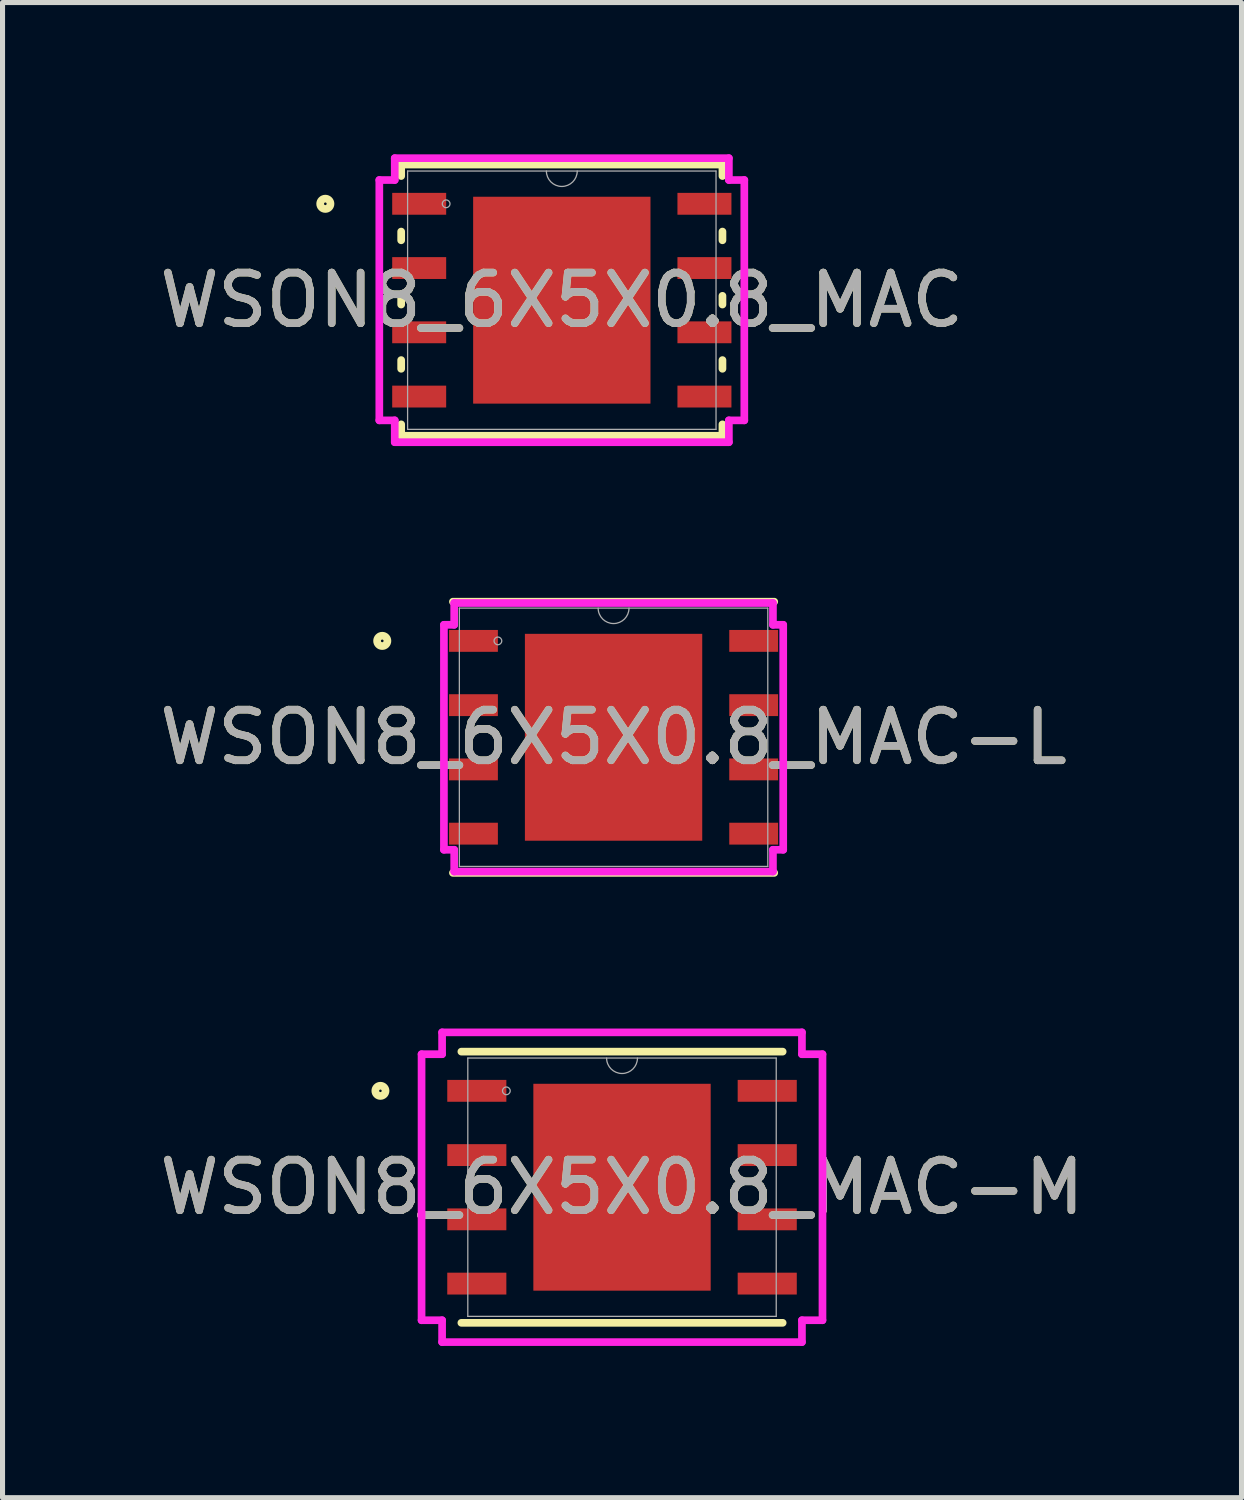
<source format=kicad_pcb>
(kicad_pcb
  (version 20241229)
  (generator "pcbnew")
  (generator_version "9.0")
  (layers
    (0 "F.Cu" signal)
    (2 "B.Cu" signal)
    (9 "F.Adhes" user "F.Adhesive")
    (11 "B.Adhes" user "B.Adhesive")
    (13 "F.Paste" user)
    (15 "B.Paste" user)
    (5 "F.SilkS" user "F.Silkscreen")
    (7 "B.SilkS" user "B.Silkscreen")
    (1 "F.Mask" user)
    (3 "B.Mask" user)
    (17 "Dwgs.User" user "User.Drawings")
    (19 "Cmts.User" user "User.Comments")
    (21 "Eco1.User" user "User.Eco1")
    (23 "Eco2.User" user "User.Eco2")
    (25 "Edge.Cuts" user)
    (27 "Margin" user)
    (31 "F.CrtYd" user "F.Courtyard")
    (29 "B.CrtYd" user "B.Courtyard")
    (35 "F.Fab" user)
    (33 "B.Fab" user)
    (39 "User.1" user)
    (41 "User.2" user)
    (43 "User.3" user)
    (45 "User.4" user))
  (footprint "WSON8_6X5X0.8_MAC"
    (layer "F.Cu")
    (at 8.054 2.883)
    (property "Reference" "WSON8_6X5X0.8_MAC" (at 0 0 0) (unlocked yes) (layer "F.SilkS") (effects (font (size 1 1) (thickness 0.15))))
    (attr smd)
    (fp_line (start -3.175 -2.68) (end -3.175 -2.454) (stroke (width 0.152) (type solid)) (layer "F.SilkS"))
    (fp_line (start -3.175 -1.356) (end -3.175 -1.184) (stroke (width 0.152) (type solid)) (layer "F.SilkS"))
    (fp_line (start -3.175 -0.086) (end -3.175 0.086) (stroke (width 0.152) (type solid)) (layer "F.SilkS"))
    (fp_line (start -3.175 1.184) (end -3.175 1.356) (stroke (width 0.152) (type solid)) (layer "F.SilkS"))
    (fp_line (start -3.175 2.454) (end -3.175 2.68) (stroke (width 0.152) (type solid)) (layer "F.SilkS"))
    (fp_line (start -3.175 2.68) (end 3.175 2.68) (stroke (width 0.152) (type solid)) (layer "F.SilkS"))
    (fp_line (start 3.175 -2.68) (end -3.175 -2.68) (stroke (width 0.152) (type solid)) (layer "F.SilkS"))
    (fp_line (start 3.175 -2.454) (end 3.175 -2.68) (stroke (width 0.152) (type solid)) (layer "F.SilkS"))
    (fp_line (start 3.175 -1.184) (end 3.175 -1.356) (stroke (width 0.152) (type solid)) (layer "F.SilkS"))
    (fp_line (start 3.175 0.086) (end 3.175 -0.086) (stroke (width 0.152) (type solid)) (layer "F.SilkS"))
    (fp_line (start 3.175 1.356) (end 3.175 1.184) (stroke (width 0.152) (type solid)) (layer "F.SilkS"))
    (fp_line (start 3.175 2.68) (end 3.175 2.454) (stroke (width 0.152) (type solid)) (layer "F.SilkS"))
    (fp_circle (center -4.674 -1.905) (end -4.572 -1.905) (stroke (width 0.152) (type solid)) (fill no) (layer "F.SilkS"))
    (fp_poly (pts (xy -1.653 -1.945) (xy -1.653 -0.782) (xy -0.1 -0.782) (xy -0.1 -1.945)) (stroke (width 0) (type solid)) (fill yes) (layer "F.Paste"))
    (fp_poly (pts (xy -1.653 -0.582) (xy -1.653 0.582) (xy -0.1 0.582) (xy -0.1 -0.582)) (stroke (width 0) (type solid)) (fill yes) (layer "F.Paste"))
    (fp_poly (pts (xy -1.653 0.782) (xy -1.653 1.945) (xy -0.1 1.945) (xy -0.1 0.782)) (stroke (width 0) (type solid)) (fill yes) (layer "F.Paste"))
    (fp_poly (pts (xy 0.1 -1.945) (xy 0.1 -0.782) (xy 1.653 -0.782) (xy 1.653 -1.945)) (stroke (width 0) (type solid)) (fill yes) (layer "F.Paste"))
    (fp_poly (pts (xy 0.1 -0.582) (xy 0.1 0.582) (xy 1.653 0.582) (xy 1.653 -0.582)) (stroke (width 0) (type solid)) (fill yes) (layer "F.Paste"))
    (fp_poly (pts (xy 0.1 0.782) (xy 0.1 1.945) (xy 1.653 1.945) (xy 1.653 0.782)) (stroke (width 0) (type solid)) (fill yes) (layer "F.Paste"))
    (fp_line (start -3.607 -2.375) (end -3.302 -2.375) (stroke (width 0.152) (type solid)) (layer "F.CrtYd"))
    (fp_line (start -3.607 2.375) (end -3.607 -2.375) (stroke (width 0.152) (type solid)) (layer "F.CrtYd"))
    (fp_line (start -3.607 2.375) (end -3.302 2.375) (stroke (width 0.152) (type solid)) (layer "F.CrtYd"))
    (fp_line (start -3.302 -2.807) (end 3.302 -2.807) (stroke (width 0.152) (type solid)) (layer "F.CrtYd"))
    (fp_line (start -3.302 -2.375) (end -3.302 -2.807) (stroke (width 0.152) (type solid)) (layer "F.CrtYd"))
    (fp_line (start -3.302 2.807) (end -3.302 2.375) (stroke (width 0.152) (type solid)) (layer "F.CrtYd"))
    (fp_line (start 3.302 -2.807) (end 3.302 -2.375) (stroke (width 0.152) (type solid)) (layer "F.CrtYd"))
    (fp_line (start 3.302 2.375) (end 3.302 2.807) (stroke (width 0.152) (type solid)) (layer "F.CrtYd"))
    (fp_line (start 3.302 2.807) (end -3.302 2.807) (stroke (width 0.152) (type solid)) (layer "F.CrtYd"))
    (fp_line (start 3.607 -2.375) (end 3.302 -2.375) (stroke (width 0.152) (type solid)) (layer "F.CrtYd"))
    (fp_line (start 3.607 -2.375) (end 3.607 2.375) (stroke (width 0.152) (type solid)) (layer "F.CrtYd"))
    (fp_line (start 3.607 2.375) (end 3.302 2.375) (stroke (width 0.152) (type solid)) (layer "F.CrtYd"))
    (fp_line (start -3.048 -2.553) (end -3.048 2.553) (stroke (width 0.025) (type solid)) (layer "F.Fab"))
    (fp_line (start -3.048 2.553) (end 3.048 2.553) (stroke (width 0.025) (type solid)) (layer "F.Fab"))
    (fp_line (start 3.048 -2.553) (end -3.048 -2.553) (stroke (width 0.025) (type solid)) (layer "F.Fab"))
    (fp_line (start 3.048 2.553) (end 3.048 -2.553) (stroke (width 0.025) (type solid)) (layer "F.Fab"))
    (fp_arc (start 0.3048 -2.5527) (mid 0 -2.2479) (end -0.3048 -2.5527) (stroke (width 0.0254) (type solid)) (layer "F.Fab"))
    (fp_circle (center -2.286 -1.905) (end -2.21 -1.905) (stroke (width 0.025) (type solid)) (fill no) (layer "F.Fab"))
    (fp_text user "${REFERENCE}" (at 0 0 0) (unlocked yes) (layer "F.Fab") (effects (font (size 1 1) (thickness 0.15))))
    (pad "1" smd rect (at -2.819 -1.905) (size 1.067 0.432) (layers "F.Cu" "F.Mask" "F.Paste"))
    (pad "2" smd rect (at -2.819 -0.635) (size 1.067 0.432) (layers "F.Cu" "F.Mask" "F.Paste"))
    (pad "3" smd rect (at -2.819 0.635) (size 1.067 0.432) (layers "F.Cu" "F.Mask" "F.Paste"))
    (pad "4" smd rect (at -2.819 1.905) (size 1.067 0.432) (layers "F.Cu" "F.Mask" "F.Paste"))
    (pad "5" smd rect (at 2.819 1.905) (size 1.067 0.432) (layers "F.Cu" "F.Mask" "F.Paste"))
    (pad "6" smd rect (at 2.819 0.635) (size 1.067 0.432) (layers "F.Cu" "F.Mask" "F.Paste"))
    (pad "7" smd rect (at 2.819 -0.635) (size 1.067 0.432) (layers "F.Cu" "F.Mask" "F.Paste"))
    (pad "8" smd rect (at 2.819 -1.905) (size 1.067 0.432) (layers "F.Cu" "F.Mask" "F.Paste"))
    (pad "9" smd rect (at 0 0) (size 3.505 4.089) (layers "F.Cu" "F.Mask" "F.Paste")))
  (footprint "WSON8_6X5X0.8_MAC-M"
    (layer "F.Cu")
    (at 9.244 20.415)
    (property "Reference" "WSON8_6X5X0.8_MAC-M" (at 0 0 0) (unlocked yes) (layer "F.SilkS") (effects (font (size 1 1) (thickness 0.15))))
    (attr smd)
    (fp_line (start -3.175 2.68) (end 3.175 2.68) (stroke (width 0.152) (type solid)) (layer "F.SilkS"))
    (fp_line (start 3.175 -2.68) (end -3.175 -2.68) (stroke (width 0.152) (type solid)) (layer "F.SilkS"))
    (fp_circle (center -4.775 -1.905) (end -4.674 -1.905) (stroke (width 0.152) (type solid)) (fill no) (layer "F.SilkS"))
    (fp_poly (pts (xy -1.653 -1.945) (xy -1.653 -0.782) (xy -0.1 -0.782) (xy -0.1 -1.945)) (stroke (width 0) (type solid)) (fill yes) (layer "F.Paste"))
    (fp_poly (pts (xy -1.653 -0.582) (xy -1.653 0.582) (xy -0.1 0.582) (xy -0.1 -0.582)) (stroke (width 0) (type solid)) (fill yes) (layer "F.Paste"))
    (fp_poly (pts (xy -1.653 0.782) (xy -1.653 1.945) (xy -0.1 1.945) (xy -0.1 0.782)) (stroke (width 0) (type solid)) (fill yes) (layer "F.Paste"))
    (fp_poly (pts (xy 0.1 -1.945) (xy 0.1 -0.782) (xy 1.653 -0.782) (xy 1.653 -1.945)) (stroke (width 0) (type solid)) (fill yes) (layer "F.Paste"))
    (fp_poly (pts (xy 0.1 -0.582) (xy 0.1 0.582) (xy 1.653 0.582) (xy 1.653 -0.582)) (stroke (width 0) (type solid)) (fill yes) (layer "F.Paste"))
    (fp_poly (pts (xy 0.1 0.782) (xy 0.1 1.945) (xy 1.653 1.945) (xy 1.653 0.782)) (stroke (width 0) (type solid)) (fill yes) (layer "F.Paste"))
    (fp_line (start -3.962 -2.629) (end -3.556 -2.629) (stroke (width 0.152) (type solid)) (layer "F.CrtYd"))
    (fp_line (start -3.962 2.629) (end -3.962 -2.629) (stroke (width 0.152) (type solid)) (layer "F.CrtYd"))
    (fp_line (start -3.962 2.629) (end -3.556 2.629) (stroke (width 0.152) (type solid)) (layer "F.CrtYd"))
    (fp_line (start -3.556 -3.061) (end 3.556 -3.061) (stroke (width 0.152) (type solid)) (layer "F.CrtYd"))
    (fp_line (start -3.556 -2.629) (end -3.556 -3.061) (stroke (width 0.152) (type solid)) (layer "F.CrtYd"))
    (fp_line (start -3.556 3.061) (end -3.556 2.629) (stroke (width 0.152) (type solid)) (layer "F.CrtYd"))
    (fp_line (start 3.556 -3.061) (end 3.556 -2.629) (stroke (width 0.152) (type solid)) (layer "F.CrtYd"))
    (fp_line (start 3.556 2.629) (end 3.556 3.061) (stroke (width 0.152) (type solid)) (layer "F.CrtYd"))
    (fp_line (start 3.556 3.061) (end -3.556 3.061) (stroke (width 0.152) (type solid)) (layer "F.CrtYd"))
    (fp_line (start 3.962 -2.629) (end 3.556 -2.629) (stroke (width 0.152) (type solid)) (layer "F.CrtYd"))
    (fp_line (start 3.962 -2.629) (end 3.962 2.629) (stroke (width 0.152) (type solid)) (layer "F.CrtYd"))
    (fp_line (start 3.962 2.629) (end 3.556 2.629) (stroke (width 0.152) (type solid)) (layer "F.CrtYd"))
    (fp_line (start -3.048 -2.553) (end -3.048 2.553) (stroke (width 0.025) (type solid)) (layer "F.Fab"))
    (fp_line (start -3.048 2.553) (end 3.048 2.553) (stroke (width 0.025) (type solid)) (layer "F.Fab"))
    (fp_line (start 3.048 -2.553) (end -3.048 -2.553) (stroke (width 0.025) (type solid)) (layer "F.Fab"))
    (fp_line (start 3.048 2.553) (end 3.048 -2.553) (stroke (width 0.025) (type solid)) (layer "F.Fab"))
    (fp_arc (start 0.3048 -2.5527) (mid 0 -2.2479) (end -0.3048 -2.5527) (stroke (width 0.0254) (type solid)) (layer "F.Fab"))
    (fp_circle (center -2.286 -1.905) (end -2.21 -1.905) (stroke (width 0.025) (type solid)) (fill no) (layer "F.Fab"))
    (fp_text user "${REFERENCE}" (at 0 0 0) (unlocked yes) (layer "F.Fab") (effects (font (size 1 1) (thickness 0.15))))
    (pad "1" smd rect (at -2.87 -1.905) (size 1.168 0.432) (layers "F.Cu" "F.Mask" "F.Paste"))
    (pad "2" smd rect (at -2.87 -0.635) (size 1.168 0.432) (layers "F.Cu" "F.Mask" "F.Paste"))
    (pad "3" smd rect (at -2.87 0.635) (size 1.168 0.432) (layers "F.Cu" "F.Mask" "F.Paste"))
    (pad "4" smd rect (at -2.87 1.905) (size 1.168 0.432) (layers "F.Cu" "F.Mask" "F.Paste"))
    (pad "5" smd rect (at 2.87 1.905) (size 1.168 0.432) (layers "F.Cu" "F.Mask" "F.Paste"))
    (pad "6" smd rect (at 2.87 0.635) (size 1.168 0.432) (layers "F.Cu" "F.Mask" "F.Paste"))
    (pad "7" smd rect (at 2.87 -0.635) (size 1.168 0.432) (layers "F.Cu" "F.Mask" "F.Paste"))
    (pad "8" smd rect (at 2.87 -1.905) (size 1.168 0.432) (layers "F.Cu" "F.Mask" "F.Paste"))
    (pad "9" smd rect (at 0 0) (size 3.505 4.089) (layers "F.Cu" "F.Mask" "F.Paste")))
  (footprint "WSON8_6X5X0.8_MAC-L"
    (layer "F.Cu")
    (at 9.077 11.522)
    (property "Reference" "WSON8_6X5X0.8_MAC-L" (at 0 0 0) (unlocked yes) (layer "F.SilkS") (effects (font (size 1 1) (thickness 0.15))))
    (attr smd)
    (fp_line (start -3.175 2.68) (end 3.175 2.68) (stroke (width 0.152) (type solid)) (layer "F.SilkS"))
    (fp_line (start 3.175 -2.68) (end -3.175 -2.68) (stroke (width 0.152) (type solid)) (layer "F.SilkS"))
    (fp_circle (center -4.572 -1.905) (end -4.47 -1.905) (stroke (width 0.152) (type solid)) (fill no) (layer "F.SilkS"))
    (fp_poly (pts (xy -1.653 -1.945) (xy -1.653 -0.782) (xy -0.1 -0.782) (xy -0.1 -1.945)) (stroke (width 0) (type solid)) (fill yes) (layer "F.Paste"))
    (fp_poly (pts (xy -1.653 -0.582) (xy -1.653 0.582) (xy -0.1 0.582) (xy -0.1 -0.582)) (stroke (width 0) (type solid)) (fill yes) (layer "F.Paste"))
    (fp_poly (pts (xy -1.653 0.782) (xy -1.653 1.945) (xy -0.1 1.945) (xy -0.1 0.782)) (stroke (width 0) (type solid)) (fill yes) (layer "F.Paste"))
    (fp_poly (pts (xy 0.1 -1.945) (xy 0.1 -0.782) (xy 1.653 -0.782) (xy 1.653 -1.945)) (stroke (width 0) (type solid)) (fill yes) (layer "F.Paste"))
    (fp_poly (pts (xy 0.1 -0.582) (xy 0.1 0.582) (xy 1.653 0.582) (xy 1.653 -0.582)) (stroke (width 0) (type solid)) (fill yes) (layer "F.Paste"))
    (fp_poly (pts (xy 0.1 0.782) (xy 0.1 1.945) (xy 1.653 1.945) (xy 1.653 0.782)) (stroke (width 0) (type solid)) (fill yes) (layer "F.Paste"))
    (fp_line (start -3.353 -2.223) (end -3.15 -2.223) (stroke (width 0.152) (type solid)) (layer "F.CrtYd"))
    (fp_line (start -3.353 2.223) (end -3.353 -2.223) (stroke (width 0.152) (type solid)) (layer "F.CrtYd"))
    (fp_line (start -3.353 2.223) (end -3.15 2.223) (stroke (width 0.152) (type solid)) (layer "F.CrtYd"))
    (fp_line (start -3.15 -2.654) (end 3.15 -2.654) (stroke (width 0.152) (type solid)) (layer "F.CrtYd"))
    (fp_line (start -3.15 -2.223) (end -3.15 -2.654) (stroke (width 0.152) (type solid)) (layer "F.CrtYd"))
    (fp_line (start -3.15 2.654) (end -3.15 2.223) (stroke (width 0.152) (type solid)) (layer "F.CrtYd"))
    (fp_line (start 3.15 -2.654) (end 3.15 -2.223) (stroke (width 0.152) (type solid)) (layer "F.CrtYd"))
    (fp_line (start 3.15 2.223) (end 3.15 2.654) (stroke (width 0.152) (type solid)) (layer "F.CrtYd"))
    (fp_line (start 3.15 2.654) (end -3.15 2.654) (stroke (width 0.152) (type solid)) (layer "F.CrtYd"))
    (fp_line (start 3.353 -2.223) (end 3.15 -2.223) (stroke (width 0.152) (type solid)) (layer "F.CrtYd"))
    (fp_line (start 3.353 -2.223) (end 3.353 2.223) (stroke (width 0.152) (type solid)) (layer "F.CrtYd"))
    (fp_line (start 3.353 2.223) (end 3.15 2.223) (stroke (width 0.152) (type solid)) (layer "F.CrtYd"))
    (fp_line (start -3.048 -2.553) (end -3.048 2.553) (stroke (width 0.025) (type solid)) (layer "F.Fab"))
    (fp_line (start -3.048 2.553) (end 3.048 2.553) (stroke (width 0.025) (type solid)) (layer "F.Fab"))
    (fp_line (start 3.048 -2.553) (end -3.048 -2.553) (stroke (width 0.025) (type solid)) (layer "F.Fab"))
    (fp_line (start 3.048 2.553) (end 3.048 -2.553) (stroke (width 0.025) (type solid)) (layer "F.Fab"))
    (fp_arc (start 0.3048 -2.5527) (mid 0 -2.2479) (end -0.3048 -2.5527) (stroke (width 0.0254) (type solid)) (layer "F.Fab"))
    (fp_circle (center -2.286 -1.905) (end -2.21 -1.905) (stroke (width 0.025) (type solid)) (fill no) (layer "F.Fab"))
    (fp_text user "${REFERENCE}" (at 0 0 0) (unlocked yes) (layer "F.Fab") (effects (font (size 1 1) (thickness 0.15))))
    (pad "1" smd rect (at -2.769 -1.905) (size 0.965 0.432) (layers "F.Cu" "F.Mask" "F.Paste"))
    (pad "2" smd rect (at -2.769 -0.635) (size 0.965 0.432) (layers "F.Cu" "F.Mask" "F.Paste"))
    (pad "3" smd rect (at -2.769 0.635) (size 0.965 0.432) (layers "F.Cu" "F.Mask" "F.Paste"))
    (pad "4" smd rect (at -2.769 1.905) (size 0.965 0.432) (layers "F.Cu" "F.Mask" "F.Paste"))
    (pad "5" smd rect (at 2.769 1.905) (size 0.965 0.432) (layers "F.Cu" "F.Mask" "F.Paste"))
    (pad "6" smd rect (at 2.769 0.635) (size 0.965 0.432) (layers "F.Cu" "F.Mask" "F.Paste"))
    (pad "7" smd rect (at 2.769 -0.635) (size 0.965 0.432) (layers "F.Cu" "F.Mask" "F.Paste"))
    (pad "8" smd rect (at 2.769 -1.905) (size 0.965 0.432) (layers "F.Cu" "F.Mask" "F.Paste"))
    (pad "9" smd rect (at 0 0) (size 3.505 4.089) (layers "F.Cu" "F.Mask" "F.Paste")))
  (gr_rect
    (start -3 -3)
    (end 21.488 26.551)
    (stroke (width 0.1) (type default))
    (fill no)
    (layer "Edge.Cuts")))
</source>
